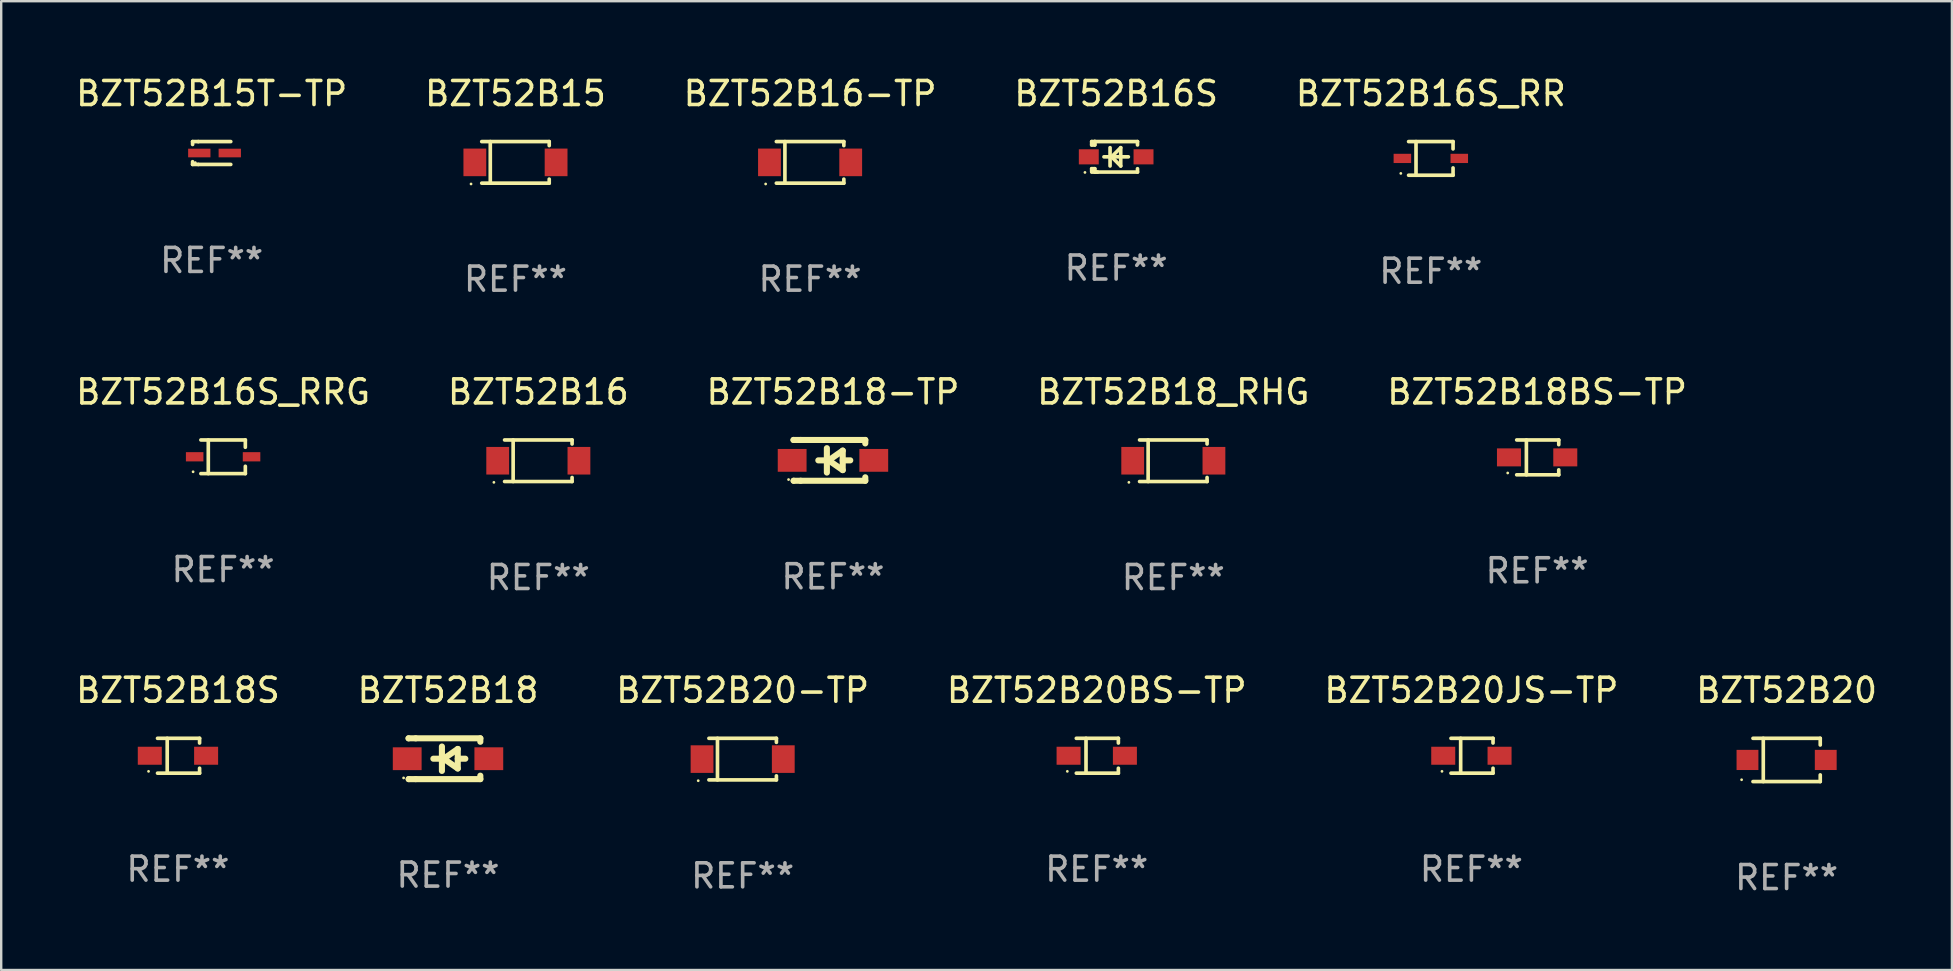
<source format=kicad_pcb>
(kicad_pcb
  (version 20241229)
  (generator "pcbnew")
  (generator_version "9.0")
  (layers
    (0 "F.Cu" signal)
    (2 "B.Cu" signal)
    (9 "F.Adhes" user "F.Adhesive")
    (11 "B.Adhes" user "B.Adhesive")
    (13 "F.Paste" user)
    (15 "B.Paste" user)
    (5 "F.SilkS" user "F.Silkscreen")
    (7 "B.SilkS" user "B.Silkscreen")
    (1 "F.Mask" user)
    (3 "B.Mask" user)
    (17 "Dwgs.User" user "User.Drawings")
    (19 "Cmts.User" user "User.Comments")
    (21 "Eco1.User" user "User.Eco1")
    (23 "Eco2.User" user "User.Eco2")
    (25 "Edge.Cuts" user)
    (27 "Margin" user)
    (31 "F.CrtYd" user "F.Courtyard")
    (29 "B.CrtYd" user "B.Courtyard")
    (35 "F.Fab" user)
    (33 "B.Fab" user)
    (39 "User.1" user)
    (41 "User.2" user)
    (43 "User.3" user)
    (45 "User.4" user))
  (footprint "BZT52B16S_RR"
    (layer "F.Cu")
    (at 56.554 3.549)
    (property "Reference" "BZT52B16S_RR" (at 0 -2.701 0) (layer "F.SilkS") (effects (font (size 1 1) (thickness 0.15))))
    (attr through_hole)
    (fp_line (start -0.926 -0.701) (end 0.926 -0.701) (stroke (width 0.152) (type solid)) (layer "F.SilkS"))
    (fp_line (start -0.926 0.701) (end 0.926 0.701) (stroke (width 0.152) (type solid)) (layer "F.SilkS"))
    (fp_line (start -0.617 -0.701) (end -0.617 0.701) (stroke (width 0.152) (type solid)) (layer "F.SilkS"))
    (fp_line (start 0.926 -0.701) (end 0.926 -0.396) (stroke (width 0.152) (type solid)) (layer "F.SilkS"))
    (fp_line (start 0.926 0.701) (end 0.926 0.396) (stroke (width 0.152) (type solid)) (layer "F.SilkS"))
    (fp_circle (center -1.25 0.625) (end -1.22 0.625) (stroke (width 0.06) (type solid)) (fill no) (layer "F.SilkS"))
    (fp_text user "REF**" (at 0 4.701 0) (layer "F.Fab") (effects (font (size 1 1) (thickness 0.15))))
    (pad "1" smd rect (at -1.185 0 180) (size 0.73 0.385) (layers "F.Cu" "F.Mask" "F.Paste"))
    (pad "2" smd rect (at 1.185 0 180) (size 0.73 0.385) (layers "F.Cu" "F.Mask" "F.Paste")))
  (footprint "BZT52B20JS-TP"
    (layer "F.Cu")
    (at 58.244 28.432)
    (property "Reference" "BZT52B20JS-TP" (at 0 -2.726 0) (layer "F.SilkS") (effects (font (size 1 1) (thickness 0.15))))
    (attr through_hole)
    (fp_line (start -0.851 -0.726) (end 0.901 -0.726) (stroke (width 0.152) (type solid)) (layer "F.SilkS"))
    (fp_line (start -0.851 0.726) (end 0.901 0.726) (stroke (width 0.152) (type solid)) (layer "F.SilkS"))
    (fp_line (start -0.447 -0.726) (end -0.447 0.726) (stroke (width 0.152) (type solid)) (layer "F.SilkS"))
    (fp_line (start 0.901 -0.726) (end 0.901 -0.53) (stroke (width 0.152) (type solid)) (layer "F.SilkS"))
    (fp_line (start 0.901 0.726) (end 0.901 0.52) (stroke (width 0.152) (type solid)) (layer "F.SilkS"))
    (fp_circle (center -1.225 0.65) (end -1.195 0.65) (stroke (width 0.06) (type solid)) (fill no) (layer "F.SilkS"))
    (fp_text user "REF**" (at 0 4.726 0) (layer "F.Fab") (effects (font (size 1 1) (thickness 0.15))))
    (pad "1" smd rect (at -1.173 0) (size 1 0.75) (layers "F.Cu" "F.Mask" "F.Paste"))
    (pad "2" smd rect (at 1.173 0) (size 1 0.75) (layers "F.Cu" "F.Mask" "F.Paste")))
  (footprint "BZT52B18BS-TP"
    (layer "F.Cu")
    (at 60.982 16.003)
    (property "Reference" "BZT52B18BS-TP" (at 0 -2.726 0) (layer "F.SilkS") (effects (font (size 1 1) (thickness 0.15))))
    (attr through_hole)
    (fp_line (start -0.851 -0.726) (end 0.901 -0.726) (stroke (width 0.152) (type solid)) (layer "F.SilkS"))
    (fp_line (start -0.851 0.726) (end 0.901 0.726) (stroke (width 0.152) (type solid)) (layer "F.SilkS"))
    (fp_line (start -0.447 -0.726) (end -0.447 0.726) (stroke (width 0.152) (type solid)) (layer "F.SilkS"))
    (fp_line (start 0.901 -0.726) (end 0.901 -0.53) (stroke (width 0.152) (type solid)) (layer "F.SilkS"))
    (fp_line (start 0.901 0.726) (end 0.901 0.52) (stroke (width 0.152) (type solid)) (layer "F.SilkS"))
    (fp_circle (center -1.225 0.65) (end -1.195 0.65) (stroke (width 0.06) (type solid)) (fill no) (layer "F.SilkS"))
    (fp_text user "REF**" (at 0 4.726 0) (layer "F.Fab") (effects (font (size 1 1) (thickness 0.15))))
    (pad "1" smd rect (at -1.173 0) (size 1 0.75) (layers "F.Cu" "F.Mask" "F.Paste"))
    (pad "2" smd rect (at 1.173 0) (size 1 0.75) (layers "F.Cu" "F.Mask" "F.Paste")))
  (footprint "BZT52B18-TP"
    (layer "F.Cu")
    (at 31.649 16.127)
    (property "Reference" "BZT52B18-TP" (at 0 -2.85 0) (layer "F.SilkS") (effects (font (size 1 1) (thickness 0.15))))
    (attr through_hole)
    (fp_line (start -1.643 -0.85) (end -1.644 -0.849) (stroke (width 0.254) (type solid)) (layer "F.SilkS"))
    (fp_line (start -1.638 0.85) (end -1.639 0.849) (stroke (width 0.254) (type solid)) (layer "F.SilkS"))
    (fp_line (start -1.346 -0.85) (end -1.643 -0.85) (stroke (width 0.254) (type solid)) (layer "F.SilkS"))
    (fp_line (start -1.346 -0.85) (end 1.346 -0.85) (stroke (width 0.254) (type solid)) (layer "F.SilkS"))
    (fp_line (start -1.346 0.85) (end -1.638 0.85) (stroke (width 0.254) (type solid)) (layer "F.SilkS"))
    (fp_line (start -0.28 0) (end -0.61 0) (stroke (width 0.254) (type solid)) (layer "F.SilkS"))
    (fp_line (start -0.254 -0.508) (end -0.254 0.508) (stroke (width 0.254) (type solid)) (layer "F.SilkS"))
    (fp_line (start -0.178 0) (end 0.406 -0.406) (stroke (width 0.254) (type solid)) (layer "F.SilkS"))
    (fp_line (start 0.406 -0.406) (end 0.406 0.406) (stroke (width 0.254) (type solid)) (layer "F.SilkS"))
    (fp_line (start 0.406 -0.000254) (end 0.72 -0.000254) (stroke (width 0.254) (type solid)) (layer "F.SilkS"))
    (fp_line (start 0.406 0.406) (end -0.178 0) (stroke (width 0.254) (type solid)) (layer "F.SilkS"))
    (fp_line (start 1.346 -0.85) (end 1.346 -0.706) (stroke (width 0.254) (type solid)) (layer "F.SilkS"))
    (fp_line (start 1.346 0.706) (end 1.346 0.85) (stroke (width 0.254) (type solid)) (layer "F.SilkS"))
    (fp_line (start 1.346 0.85) (end -1.346 0.85) (stroke (width 0.254) (type solid)) (layer "F.SilkS"))
    (fp_circle (center -1.85 0.8) (end -1.82 0.8) (stroke (width 0.06) (type solid)) (fill no) (layer "F.SilkS"))
    (fp_text user "REF**" (at 0 4.85 0) (layer "F.Fab") (effects (font (size 1 1) (thickness 0.15))))
    (pad "1" smd rect (at -1.7 0) (size 1.2 0.95) (layers "F.Cu" "F.Mask" "F.Paste"))
    (pad "2" smd rect (at 1.7 0) (size 1.2 0.95) (layers "F.Cu" "F.Mask" "F.Paste")))
  (footprint "BZT52B16S_RRG"
    (layer "F.Cu")
    (at 6.244 15.978)
    (property "Reference" "BZT52B16S_RRG" (at 0 -2.701 0) (layer "F.SilkS") (effects (font (size 1 1) (thickness 0.15))))
    (attr through_hole)
    (fp_line (start -0.926 -0.701) (end 0.926 -0.701) (stroke (width 0.152) (type solid)) (layer "F.SilkS"))
    (fp_line (start -0.926 0.701) (end 0.926 0.701) (stroke (width 0.152) (type solid)) (layer "F.SilkS"))
    (fp_line (start -0.617 -0.701) (end -0.617 0.701) (stroke (width 0.152) (type solid)) (layer "F.SilkS"))
    (fp_line (start 0.926 -0.701) (end 0.926 -0.396) (stroke (width 0.152) (type solid)) (layer "F.SilkS"))
    (fp_line (start 0.926 0.701) (end 0.926 0.396) (stroke (width 0.152) (type solid)) (layer "F.SilkS"))
    (fp_circle (center -1.25 0.625) (end -1.22 0.625) (stroke (width 0.06) (type solid)) (fill no) (layer "F.SilkS"))
    (fp_text user "REF**" (at 0 4.701 0) (layer "F.Fab") (effects (font (size 1 1) (thickness 0.15))))
    (pad "1" smd rect (at -1.185 0 180) (size 0.73 0.385) (layers "F.Cu" "F.Mask" "F.Paste"))
    (pad "2" smd rect (at 1.185 0 180) (size 0.73 0.385) (layers "F.Cu" "F.Mask" "F.Paste")))
  (footprint "BZT52B20BS-TP"
    (layer "F.Cu")
    (at 42.637 28.432)
    (property "Reference" "BZT52B20BS-TP" (at 0 -2.726 0) (layer "F.SilkS") (effects (font (size 1 1) (thickness 0.15))))
    (attr through_hole)
    (fp_line (start -0.851 -0.726) (end 0.901 -0.726) (stroke (width 0.152) (type solid)) (layer "F.SilkS"))
    (fp_line (start -0.851 0.726) (end 0.901 0.726) (stroke (width 0.152) (type solid)) (layer "F.SilkS"))
    (fp_line (start -0.447 -0.726) (end -0.447 0.726) (stroke (width 0.152) (type solid)) (layer "F.SilkS"))
    (fp_line (start 0.901 -0.726) (end 0.901 -0.53) (stroke (width 0.152) (type solid)) (layer "F.SilkS"))
    (fp_line (start 0.901 0.726) (end 0.901 0.52) (stroke (width 0.152) (type solid)) (layer "F.SilkS"))
    (fp_circle (center -1.225 0.65) (end -1.195 0.65) (stroke (width 0.06) (type solid)) (fill no) (layer "F.SilkS"))
    (fp_text user "REF**" (at 0 4.726 0) (layer "F.Fab") (effects (font (size 1 1) (thickness 0.15))))
    (pad "1" smd rect (at -1.173 0) (size 1 0.75) (layers "F.Cu" "F.Mask" "F.Paste"))
    (pad "2" smd rect (at 1.173 0) (size 1 0.75) (layers "F.Cu" "F.Mask" "F.Paste")))
  (footprint "BZT52B20"
    (layer "F.Cu")
    (at 71.375 28.607)
    (property "Reference" "BZT52B20" (at 0 -2.901 0) (layer "F.SilkS") (effects (font (size 1 1) (thickness 0.15))))
    (attr through_hole)
    (fp_line (start -1.401 -0.901) (end 1.401 -0.901) (stroke (width 0.152) (type solid)) (layer "F.SilkS"))
    (fp_line (start -1.401 0.901) (end 1.401 0.901) (stroke (width 0.152) (type solid)) (layer "F.SilkS"))
    (fp_line (start -0.972 -0.901) (end -0.972 0.901) (stroke (width 0.152) (type solid)) (layer "F.SilkS"))
    (fp_line (start 1.401 -0.901) (end 1.401 -0.623) (stroke (width 0.152) (type solid)) (layer "F.SilkS"))
    (fp_line (start 1.401 0.901) (end 1.401 0.623) (stroke (width 0.152) (type solid)) (layer "F.SilkS"))
    (fp_circle (center -1.875 0.825) (end -1.845 0.825) (stroke (width 0.06) (type solid)) (fill no) (layer "F.SilkS"))
    (fp_text user "REF**" (at 0 4.901 0) (layer "F.Fab") (effects (font (size 1 1) (thickness 0.15))))
    (pad "1" smd rect (at -1.63 0 180) (size 0.91 0.84) (layers "F.Cu" "F.Mask" "F.Paste"))
    (pad "2" smd rect (at 1.63 0 180) (size 0.91 0.84) (layers "F.Cu" "F.Mask" "F.Paste")))
  (footprint "BZT52B20-TP"
    (layer "F.Cu")
    (at 27.887 28.572)
    (property "Reference" "BZT52B20-TP" (at 0 -2.866 0) (layer "F.SilkS") (effects (font (size 1 1) (thickness 0.15))))
    (attr through_hole)
    (fp_line (start -1.406 -0.866) (end 1.406 -0.866) (stroke (width 0.152) (type solid)) (layer "F.SilkS"))
    (fp_line (start -1.406 0.866) (end 1.406 0.866) (stroke (width 0.152) (type solid)) (layer "F.SilkS"))
    (fp_line (start -1.049 -0.866) (end -1.049 0.866) (stroke (width 0.152) (type solid)) (layer "F.SilkS"))
    (fp_line (start 1.406 -0.866) (end 1.406 -0.698) (stroke (width 0.152) (type solid)) (layer "F.SilkS"))
    (fp_line (start 1.406 0.866) (end 1.406 0.698) (stroke (width 0.152) (type solid)) (layer "F.SilkS"))
    (fp_circle (center -1.851 0.9) (end -1.821 0.9) (stroke (width 0.06) (type solid)) (fill no) (layer "F.SilkS"))
    (fp_text user "REF**" (at 0 4.866 0) (layer "F.Fab") (effects (font (size 1 1) (thickness 0.15))))
    (pad "1" smd rect (at -1.692 0) (size 0.95 1.15) (layers "F.Cu" "F.Mask" "F.Paste"))
    (pad "2" smd rect (at 1.692 0) (size 0.95 1.15) (layers "F.Cu" "F.Mask" "F.Paste")))
  (footprint "BZT52B16-TP"
    (layer "F.Cu")
    (at 30.696 3.714)
    (property "Reference" "BZT52B16-TP" (at 0 -2.866 0) (layer "F.SilkS") (effects (font (size 1 1) (thickness 0.15))))
    (attr through_hole)
    (fp_line (start -1.406 -0.866) (end 1.406 -0.866) (stroke (width 0.152) (type solid)) (layer "F.SilkS"))
    (fp_line (start -1.406 0.866) (end 1.406 0.866) (stroke (width 0.152) (type solid)) (layer "F.SilkS"))
    (fp_line (start -1.049 -0.866) (end -1.049 0.866) (stroke (width 0.152) (type solid)) (layer "F.SilkS"))
    (fp_line (start 1.406 -0.866) (end 1.406 -0.698) (stroke (width 0.152) (type solid)) (layer "F.SilkS"))
    (fp_line (start 1.406 0.866) (end 1.406 0.698) (stroke (width 0.152) (type solid)) (layer "F.SilkS"))
    (fp_circle (center -1.851 0.9) (end -1.821 0.9) (stroke (width 0.06) (type solid)) (fill no) (layer "F.SilkS"))
    (fp_text user "REF**" (at 0 4.866 0) (layer "F.Fab") (effects (font (size 1 1) (thickness 0.15))))
    (pad "1" smd rect (at -1.692 0) (size 0.95 1.15) (layers "F.Cu" "F.Mask" "F.Paste"))
    (pad "2" smd rect (at 1.692 0) (size 0.95 1.15) (layers "F.Cu" "F.Mask" "F.Paste")))
  (footprint "BZT52B16S"
    (layer "F.Cu")
    (at 43.446 3.483)
    (property "Reference" "BZT52B16S" (at 0 -2.635 0) (layer "F.SilkS") (effects (font (size 1 1) (thickness 0.15))))
    (attr through_hole)
    (fp_line (start -1.02 -0.635) (end -1.02 -0.495) (stroke (width 0.152) (type solid)) (layer "F.SilkS"))
    (fp_line (start -1.02 -0.495) (end -0.889 -0.495) (stroke (width 0.152) (type solid)) (layer "F.SilkS"))
    (fp_line (start -1.02 0.495) (end -1.02 0.62) (stroke (width 0.152) (type solid)) (layer "F.SilkS"))
    (fp_line (start -1.02 0.495) (end -0.889 0.495) (stroke (width 0.152) (type solid)) (layer "F.SilkS"))
    (fp_line (start -0.889 -0.635) (end -1.02 -0.635) (stroke (width 0.152) (type solid)) (layer "F.SilkS"))
    (fp_line (start -0.889 -0.635) (end -0.889 -0.595) (stroke (width 0.152) (type solid)) (layer "F.SilkS"))
    (fp_line (start -0.889 -0.635) (end 0.889 -0.635) (stroke (width 0.152) (type solid)) (layer "F.SilkS"))
    (fp_line (start -0.889 -0.495) (end -0.889 -0.635) (stroke (width 0.152) (type solid)) (layer "F.SilkS"))
    (fp_line (start -0.889 0.595) (end -0.889 0.495) (stroke (width 0.152) (type solid)) (layer "F.SilkS"))
    (fp_line (start -0.889 0.595) (end -0.889 0.635) (stroke (width 0.152) (type solid)) (layer "F.SilkS"))
    (fp_line (start -0.889 0.635) (end 0.889 0.635) (stroke (width 0.152) (type solid)) (layer "F.SilkS"))
    (fp_line (start -0.776 0.635) (end -1.014 0.635) (stroke (width 0.152) (type solid)) (layer "F.SilkS"))
    (fp_line (start -0.254 -0.381) (end -0.254 0.381) (stroke (width 0.152) (type solid)) (layer "F.SilkS"))
    (fp_line (start -0.191 0) (end 0.19 -0.381) (stroke (width 0.152) (type solid)) (layer "F.SilkS"))
    (fp_line (start 0.19 -0.381) (end 0.19 0.381) (stroke (width 0.152) (type solid)) (layer "F.SilkS"))
    (fp_line (start 0.19 0.381) (end -0.191 0) (stroke (width 0.152) (type solid)) (layer "F.SilkS"))
    (fp_line (start 0.508 0) (end -0.508 0) (stroke (width 0.152) (type solid)) (layer "F.SilkS"))
    (fp_line (start 0.889 -0.635) (end 0.889 -0.495) (stroke (width 0.152) (type solid)) (layer "F.SilkS"))
    (fp_line (start 0.889 0.495) (end 0.889 0.635) (stroke (width 0.152) (type solid)) (layer "F.SilkS"))
    (fp_circle (center -1.3 0.65) (end -1.27 0.65) (stroke (width 0.06) (type solid)) (fill no) (layer "F.SilkS"))
    (fp_text user "REF**" (at 0 4.635 0) (layer "F.Fab") (effects (font (size 1 1) (thickness 0.15))))
    (pad "1" smd rect (at -1.14 0 90) (size 0.63 0.83) (layers "F.Cu" "F.Mask" "F.Paste"))
    (pad "2" smd rect (at 1.14 0 90) (size 0.63 0.83) (layers "F.Cu" "F.Mask" "F.Paste")))
  (footprint "BZT52B15"
    (layer "F.Cu")
    (at 18.423 3.714)
    (property "Reference" "BZT52B15" (at 0 -2.866 0) (layer "F.SilkS") (effects (font (size 1 1) (thickness 0.15))))
    (attr through_hole)
    (fp_line (start -1.406 -0.866) (end 1.406 -0.866) (stroke (width 0.152) (type solid)) (layer "F.SilkS"))
    (fp_line (start -1.406 0.866) (end 1.406 0.866) (stroke (width 0.152) (type solid)) (layer "F.SilkS"))
    (fp_line (start -1.049 -0.866) (end -1.049 0.866) (stroke (width 0.152) (type solid)) (layer "F.SilkS"))
    (fp_line (start 1.406 -0.866) (end 1.406 -0.698) (stroke (width 0.152) (type solid)) (layer "F.SilkS"))
    (fp_line (start 1.406 0.866) (end 1.406 0.698) (stroke (width 0.152) (type solid)) (layer "F.SilkS"))
    (fp_circle (center -1.851 0.9) (end -1.821 0.9) (stroke (width 0.06) (type solid)) (fill no) (layer "F.SilkS"))
    (fp_text user "REF**" (at 0 4.866 0) (layer "F.Fab") (effects (font (size 1 1) (thickness 0.15))))
    (pad "1" smd rect (at -1.692 0) (size 0.95 1.15) (layers "F.Cu" "F.Mask" "F.Paste"))
    (pad "2" smd rect (at 1.692 0) (size 0.95 1.15) (layers "F.Cu" "F.Mask" "F.Paste")))
  (footprint "BZT52B18S"
    (layer "F.Cu")
    (at 4.363 28.432)
    (property "Reference" "BZT52B18S" (at 0 -2.726 0) (layer "F.SilkS") (effects (font (size 1 1) (thickness 0.15))))
    (attr through_hole)
    (fp_line (start -0.851 -0.726) (end 0.901 -0.726) (stroke (width 0.152) (type solid)) (layer "F.SilkS"))
    (fp_line (start -0.851 0.726) (end 0.901 0.726) (stroke (width 0.152) (type solid)) (layer "F.SilkS"))
    (fp_line (start -0.447 -0.726) (end -0.447 0.726) (stroke (width 0.152) (type solid)) (layer "F.SilkS"))
    (fp_line (start 0.901 -0.726) (end 0.901 -0.53) (stroke (width 0.152) (type solid)) (layer "F.SilkS"))
    (fp_line (start 0.901 0.726) (end 0.901 0.52) (stroke (width 0.152) (type solid)) (layer "F.SilkS"))
    (fp_circle (center -1.225 0.65) (end -1.195 0.65) (stroke (width 0.06) (type solid)) (fill no) (layer "F.SilkS"))
    (fp_text user "REF**" (at 0 4.726 0) (layer "F.Fab") (effects (font (size 1 1) (thickness 0.15))))
    (pad "1" smd rect (at -1.173 0) (size 1 0.75) (layers "F.Cu" "F.Mask" "F.Paste"))
    (pad "2" smd rect (at 1.173 0) (size 1 0.75) (layers "F.Cu" "F.Mask" "F.Paste")))
  (footprint "BZT52B18"
    (layer "F.Cu")
    (at 15.613 28.556)
    (property "Reference" "BZT52B18" (at 0 -2.85 0) (layer "F.SilkS") (effects (font (size 1 1) (thickness 0.15))))
    (attr through_hole)
    (fp_line (start -1.643 -0.85) (end -1.644 -0.849) (stroke (width 0.254) (type solid)) (layer "F.SilkS"))
    (fp_line (start -1.638 0.85) (end -1.639 0.849) (stroke (width 0.254) (type solid)) (layer "F.SilkS"))
    (fp_line (start -1.346 -0.85) (end -1.643 -0.85) (stroke (width 0.254) (type solid)) (layer "F.SilkS"))
    (fp_line (start -1.346 -0.85) (end 1.346 -0.85) (stroke (width 0.254) (type solid)) (layer "F.SilkS"))
    (fp_line (start -1.346 0.85) (end -1.638 0.85) (stroke (width 0.254) (type solid)) (layer "F.SilkS"))
    (fp_line (start -0.28 0) (end -0.61 0) (stroke (width 0.254) (type solid)) (layer "F.SilkS"))
    (fp_line (start -0.254 -0.508) (end -0.254 0.508) (stroke (width 0.254) (type solid)) (layer "F.SilkS"))
    (fp_line (start -0.178 0) (end 0.406 -0.406) (stroke (width 0.254) (type solid)) (layer "F.SilkS"))
    (fp_line (start 0.406 -0.406) (end 0.406 0.406) (stroke (width 0.254) (type solid)) (layer "F.SilkS"))
    (fp_line (start 0.406 -0.000254) (end 0.72 -0.000254) (stroke (width 0.254) (type solid)) (layer "F.SilkS"))
    (fp_line (start 0.406 0.406) (end -0.178 0) (stroke (width 0.254) (type solid)) (layer "F.SilkS"))
    (fp_line (start 1.346 -0.85) (end 1.346 -0.706) (stroke (width 0.254) (type solid)) (layer "F.SilkS"))
    (fp_line (start 1.346 0.706) (end 1.346 0.85) (stroke (width 0.254) (type solid)) (layer "F.SilkS"))
    (fp_line (start 1.346 0.85) (end -1.346 0.85) (stroke (width 0.254) (type solid)) (layer "F.SilkS"))
    (fp_circle (center -1.85 0.8) (end -1.82 0.8) (stroke (width 0.06) (type solid)) (fill no) (layer "F.SilkS"))
    (fp_text user "REF**" (at 0 4.85 0) (layer "F.Fab") (effects (font (size 1 1) (thickness 0.15))))
    (pad "1" smd rect (at -1.7 0) (size 1.2 0.95) (layers "F.Cu" "F.Mask" "F.Paste"))
    (pad "2" smd rect (at 1.7 0) (size 1.2 0.95) (layers "F.Cu" "F.Mask" "F.Paste")))
  (footprint "BZT52B18_RHG"
    (layer "F.Cu")
    (at 45.827 16.143)
    (property "Reference" "BZT52B18_RHG" (at 0 -2.866 0) (layer "F.SilkS") (effects (font (size 1 1) (thickness 0.15))))
    (attr through_hole)
    (fp_line (start -1.406 -0.866) (end 1.406 -0.866) (stroke (width 0.152) (type solid)) (layer "F.SilkS"))
    (fp_line (start -1.406 0.866) (end 1.406 0.866) (stroke (width 0.152) (type solid)) (layer "F.SilkS"))
    (fp_line (start -1.049 -0.866) (end -1.049 0.866) (stroke (width 0.152) (type solid)) (layer "F.SilkS"))
    (fp_line (start 1.406 -0.866) (end 1.406 -0.698) (stroke (width 0.152) (type solid)) (layer "F.SilkS"))
    (fp_line (start 1.406 0.866) (end 1.406 0.698) (stroke (width 0.152) (type solid)) (layer "F.SilkS"))
    (fp_circle (center -1.851 0.9) (end -1.821 0.9) (stroke (width 0.06) (type solid)) (fill no) (layer "F.SilkS"))
    (fp_text user "REF**" (at 0 4.866 0) (layer "F.Fab") (effects (font (size 1 1) (thickness 0.15))))
    (pad "1" smd rect (at -1.692 0) (size 0.95 1.15) (layers "F.Cu" "F.Mask" "F.Paste"))
    (pad "2" smd rect (at 1.692 0) (size 0.95 1.15) (layers "F.Cu" "F.Mask" "F.Paste")))
  (footprint "BZT52B16"
    (layer "F.Cu")
    (at 19.375 16.143)
    (property "Reference" "BZT52B16" (at 0 -2.866 0) (layer "F.SilkS") (effects (font (size 1 1) (thickness 0.15))))
    (attr through_hole)
    (fp_line (start -1.406 -0.866) (end 1.406 -0.866) (stroke (width 0.152) (type solid)) (layer "F.SilkS"))
    (fp_line (start -1.406 0.866) (end 1.406 0.866) (stroke (width 0.152) (type solid)) (layer "F.SilkS"))
    (fp_line (start -1.049 -0.866) (end -1.049 0.866) (stroke (width 0.152) (type solid)) (layer "F.SilkS"))
    (fp_line (start 1.406 -0.866) (end 1.406 -0.698) (stroke (width 0.152) (type solid)) (layer "F.SilkS"))
    (fp_line (start 1.406 0.866) (end 1.406 0.698) (stroke (width 0.152) (type solid)) (layer "F.SilkS"))
    (fp_circle (center -1.851 0.9) (end -1.821 0.9) (stroke (width 0.06) (type solid)) (fill no) (layer "F.SilkS"))
    (fp_text user "REF**" (at 0 4.866 0) (layer "F.Fab") (effects (font (size 1 1) (thickness 0.15))))
    (pad "1" smd rect (at -1.692 0) (size 0.95 1.15) (layers "F.Cu" "F.Mask" "F.Paste"))
    (pad "2" smd rect (at 1.692 0) (size 0.95 1.15) (layers "F.Cu" "F.Mask" "F.Paste")))
  (footprint "BZT52B15T-TP"
    (layer "F.Cu")
    (at 5.768 3.324)
    (property "Reference" "BZT52B15T-TP" (at 0 -2.476 0) (layer "F.SilkS") (effects (font (size 1 1) (thickness 0.15))))
    (attr through_hole)
    (fp_line (start -0.795 -0.476) (end -0.795 -0.356) (stroke (width 0.152) (type solid)) (layer "F.SilkS"))
    (fp_line (start -0.795 0.363) (end -0.795 0.476) (stroke (width 0.152) (type solid)) (layer "F.SilkS"))
    (fp_line (start -0.795 0.476) (end -0.557 0.476) (stroke (width 0.152) (type solid)) (layer "F.SilkS"))
    (fp_line (start -0.557 -0.476) (end -0.795 -0.476) (stroke (width 0.152) (type solid)) (layer "F.SilkS"))
    (fp_line (start -0.557 -0.476) (end 0.795 -0.476) (stroke (width 0.152) (type solid)) (layer "F.SilkS"))
    (fp_line (start -0.557 0.476) (end 0.795 0.476) (stroke (width 0.152) (type solid)) (layer "F.SilkS"))
    (fp_circle (center -0.681 0.4) (end -0.651 0.4) (stroke (width 0.06) (type solid)) (fill no) (layer "F.SilkS"))
    (fp_text user "REF**" (at 0 4.476 0) (layer "F.Fab") (effects (font (size 1 1) (thickness 0.15))))
    (pad "1" smd rect (at -0.516 0 180) (size 0.93 0.36) (layers "F.Cu" "F.Mask" "F.Paste"))
    (pad "2" smd rect (at 0.754 0 180) (size 0.93 0.36) (layers "F.Cu" "F.Mask" "F.Paste")))
  (gr_rect
    (start -3 -3)
    (end 78.262 37.357)
    (stroke (width 0.1) (type default))
    (fill no)
    (layer "Edge.Cuts")))
</source>
